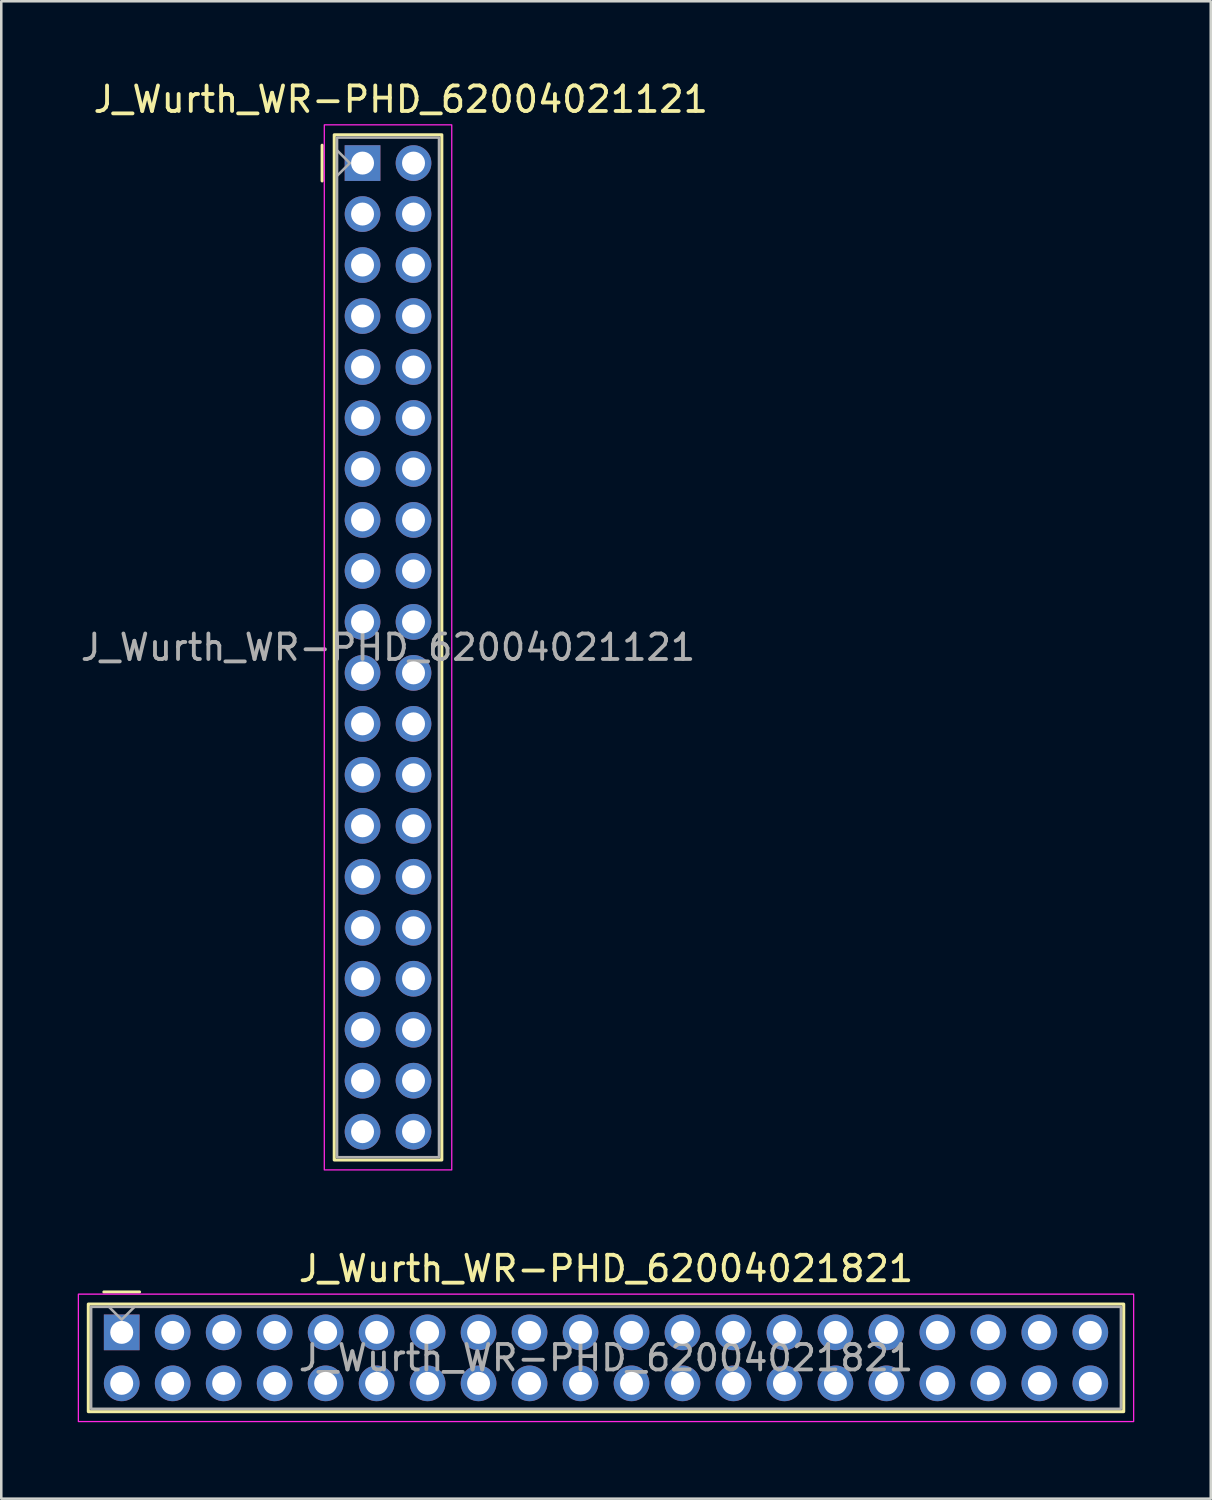
<source format=kicad_pcb>
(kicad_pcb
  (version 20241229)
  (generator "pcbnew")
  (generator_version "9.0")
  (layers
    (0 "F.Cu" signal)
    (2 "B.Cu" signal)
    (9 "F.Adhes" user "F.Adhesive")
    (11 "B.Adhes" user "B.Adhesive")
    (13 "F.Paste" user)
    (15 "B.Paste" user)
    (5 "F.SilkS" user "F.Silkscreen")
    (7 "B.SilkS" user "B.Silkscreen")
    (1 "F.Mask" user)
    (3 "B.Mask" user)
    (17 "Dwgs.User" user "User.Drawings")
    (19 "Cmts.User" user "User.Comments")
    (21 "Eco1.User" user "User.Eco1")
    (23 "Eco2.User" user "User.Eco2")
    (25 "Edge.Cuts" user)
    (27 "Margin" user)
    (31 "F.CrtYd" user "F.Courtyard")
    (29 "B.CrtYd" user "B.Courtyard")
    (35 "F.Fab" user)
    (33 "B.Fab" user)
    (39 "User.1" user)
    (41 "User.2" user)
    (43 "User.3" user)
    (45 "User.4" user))
  (footprint "J_Wurth_WR-PHD_62004021821"
    (layer "F.Cu")
    (at 1.725 49.221)
    (property "Reference" "J_Wurth_WR-PHD_62004021821" (at 19 -2.5 0) (unlocked yes) (layer "F.SilkS") (effects (font (size 1 1) (thickness 0.15))))
    (attr through_hole)
    (fp_line (start 0.7 -1.585) (end -0.7 -1.585) (stroke (width 0.12) (type solid)) (layer "F.SilkS"))
    (fp_rect (start -1.31 -1.11) (end 39.31 3.11) (stroke (width 0.12) (type solid)) (fill no) (layer "F.SilkS"))
    (fp_rect (start -1.7 -1.5) (end 39.7 3.5) (stroke (width 0.05) (type solid)) (fill no) (layer "F.CrtYd"))
    (fp_line (start 0 -0.5) (end -0.5 -1) (stroke (width 0.1) (type default)) (layer "F.Fab"))
    (fp_line (start 0.5 -1) (end 0 -0.5) (stroke (width 0.1) (type default)) (layer "F.Fab"))
    (fp_rect (start -1.2 -1) (end 39.2 3) (stroke (width 0.1) (type solid)) (fill no) (layer "F.Fab"))
    (fp_text user "${REFERENCE}" (at 19 1 0) (unlocked yes) (layer "F.Fab") (effects (font (size 1 1) (thickness 0.15))))
    (pad "1" thru_hole rect (at 0 0 180) (size 1.4 1.4) (drill 0.9) (layers "*.Cu" "*.Mask"))
    (pad "2" thru_hole circle (at 0 2 180) (size 1.4 1.4) (drill 0.9) (layers "*.Cu" "*.Mask"))
    (pad "3" thru_hole circle (at 2 0 180) (size 1.4 1.4) (drill 0.9) (layers "*.Cu" "*.Mask"))
    (pad "4" thru_hole circle (at 2 2 180) (size 1.4 1.4) (drill 0.9) (layers "*.Cu" "*.Mask"))
    (pad "5" thru_hole circle (at 4 0 180) (size 1.4 1.4) (drill 0.9) (layers "*.Cu" "*.Mask"))
    (pad "6" thru_hole circle (at 4 2 180) (size 1.4 1.4) (drill 0.9) (layers "*.Cu" "*.Mask"))
    (pad "7" thru_hole circle (at 6 0 180) (size 1.4 1.4) (drill 0.9) (layers "*.Cu" "*.Mask"))
    (pad "8" thru_hole circle (at 6 2 180) (size 1.4 1.4) (drill 0.9) (layers "*.Cu" "*.Mask"))
    (pad "9" thru_hole circle (at 8 0 180) (size 1.4 1.4) (drill 0.9) (layers "*.Cu" "*.Mask"))
    (pad "10" thru_hole circle (at 8 2 180) (size 1.4 1.4) (drill 0.9) (layers "*.Cu" "*.Mask"))
    (pad "11" thru_hole circle (at 10 0 180) (size 1.4 1.4) (drill 0.9) (layers "*.Cu" "*.Mask"))
    (pad "12" thru_hole circle (at 10 2 180) (size 1.4 1.4) (drill 0.9) (layers "*.Cu" "*.Mask"))
    (pad "13" thru_hole circle (at 12 0 180) (size 1.4 1.4) (drill 0.9) (layers "*.Cu" "*.Mask"))
    (pad "14" thru_hole circle (at 12 2 180) (size 1.4 1.4) (drill 0.9) (layers "*.Cu" "*.Mask"))
    (pad "15" thru_hole circle (at 14 0 180) (size 1.4 1.4) (drill 0.9) (layers "*.Cu" "*.Mask"))
    (pad "16" thru_hole circle (at 14 2 180) (size 1.4 1.4) (drill 0.9) (layers "*.Cu" "*.Mask"))
    (pad "17" thru_hole circle (at 16 0 180) (size 1.4 1.4) (drill 0.9) (layers "*.Cu" "*.Mask"))
    (pad "18" thru_hole circle (at 16 2 180) (size 1.4 1.4) (drill 0.9) (layers "*.Cu" "*.Mask"))
    (pad "19" thru_hole circle (at 18 0 180) (size 1.4 1.4) (drill 0.9) (layers "*.Cu" "*.Mask"))
    (pad "20" thru_hole circle (at 18 2 180) (size 1.4 1.4) (drill 0.9) (layers "*.Cu" "*.Mask"))
    (pad "21" thru_hole circle (at 20 0 180) (size 1.4 1.4) (drill 0.9) (layers "*.Cu" "*.Mask"))
    (pad "22" thru_hole circle (at 20 2 180) (size 1.4 1.4) (drill 0.9) (layers "*.Cu" "*.Mask"))
    (pad "23" thru_hole circle (at 22 0 180) (size 1.4 1.4) (drill 0.9) (layers "*.Cu" "*.Mask"))
    (pad "24" thru_hole circle (at 22 2 180) (size 1.4 1.4) (drill 0.9) (layers "*.Cu" "*.Mask"))
    (pad "25" thru_hole circle (at 24 0 180) (size 1.4 1.4) (drill 0.9) (layers "*.Cu" "*.Mask"))
    (pad "26" thru_hole circle (at 24 2 180) (size 1.4 1.4) (drill 0.9) (layers "*.Cu" "*.Mask"))
    (pad "27" thru_hole circle (at 26 0 180) (size 1.4 1.4) (drill 0.9) (layers "*.Cu" "*.Mask"))
    (pad "28" thru_hole circle (at 26 2 180) (size 1.4 1.4) (drill 0.9) (layers "*.Cu" "*.Mask"))
    (pad "29" thru_hole circle (at 28 0 180) (size 1.4 1.4) (drill 0.9) (layers "*.Cu" "*.Mask"))
    (pad "30" thru_hole circle (at 28 2 180) (size 1.4 1.4) (drill 0.9) (layers "*.Cu" "*.Mask"))
    (pad "31" thru_hole circle (at 30 0 180) (size 1.4 1.4) (drill 0.9) (layers "*.Cu" "*.Mask"))
    (pad "32" thru_hole circle (at 30 2 180) (size 1.4 1.4) (drill 0.9) (layers "*.Cu" "*.Mask"))
    (pad "33" thru_hole circle (at 32 0 180) (size 1.4 1.4) (drill 0.9) (layers "*.Cu" "*.Mask"))
    (pad "34" thru_hole circle (at 32 2 180) (size 1.4 1.4) (drill 0.9) (layers "*.Cu" "*.Mask"))
    (pad "35" thru_hole circle (at 34 0 180) (size 1.4 1.4) (drill 0.9) (layers "*.Cu" "*.Mask"))
    (pad "36" thru_hole circle (at 34 2 180) (size 1.4 1.4) (drill 0.9) (layers "*.Cu" "*.Mask"))
    (pad "37" thru_hole circle (at 36 0 180) (size 1.4 1.4) (drill 0.9) (layers "*.Cu" "*.Mask"))
    (pad "38" thru_hole circle (at 36 2 180) (size 1.4 1.4) (drill 0.9) (layers "*.Cu" "*.Mask"))
    (pad "39" thru_hole circle (at 38 0 180) (size 1.4 1.4) (drill 0.9) (layers "*.Cu" "*.Mask"))
    (pad "40" thru_hole circle (at 38 2 180) (size 1.4 1.4) (drill 0.9) (layers "*.Cu" "*.Mask")))
  (footprint "J_Wurth_WR-PHD_62004021121"
    (layer "F.Cu")
    (at 11.173 3.348)
    (property "Reference" "J_Wurth_WR-PHD_62004021121" (at 1.5 -2.5 0) (unlocked yes) (layer "F.SilkS") (effects (font (size 1 1) (thickness 0.15))))
    (attr through_hole)
    (fp_line (start -1.585 -0.7) (end -1.585 0.7) (stroke (width 0.12) (type solid)) (layer "F.SilkS"))
    (fp_rect (start -1.11 -1.11) (end 3.11 39.11) (stroke (width 0.12) (type solid)) (fill no) (layer "F.SilkS"))
    (fp_rect (start -1.5 -1.5) (end 3.5 39.5) (stroke (width 0.05) (type solid)) (fill no) (layer "F.CrtYd"))
    (fp_line (start -1 -0.5) (end -0.5 0) (stroke (width 0.1) (type default)) (layer "F.Fab"))
    (fp_line (start -0.5 0) (end -1 0.5) (stroke (width 0.1) (type default)) (layer "F.Fab"))
    (fp_rect (start -1 -1) (end 3 39) (stroke (width 0.1) (type solid)) (fill no) (layer "F.Fab"))
    (fp_text user "${REFERENCE}" (at 1 19 0) (unlocked yes) (layer "F.Fab") (effects (font (size 1 1) (thickness 0.15))))
    (pad "1" thru_hole rect (at 0 0) (size 1.4 1.4) (drill 0.9) (layers "*.Cu" "*.Mask"))
    (pad "2" thru_hole circle (at 2 0) (size 1.4 1.4) (drill 0.9) (layers "*.Cu" "*.Mask"))
    (pad "3" thru_hole circle (at 0 2) (size 1.4 1.4) (drill 0.9) (layers "*.Cu" "*.Mask"))
    (pad "4" thru_hole circle (at 2 2) (size 1.4 1.4) (drill 0.9) (layers "*.Cu" "*.Mask"))
    (pad "5" thru_hole circle (at 0 4) (size 1.4 1.4) (drill 0.9) (layers "*.Cu" "*.Mask"))
    (pad "6" thru_hole circle (at 2 4) (size 1.4 1.4) (drill 0.9) (layers "*.Cu" "*.Mask"))
    (pad "7" thru_hole circle (at 0 6) (size 1.4 1.4) (drill 0.9) (layers "*.Cu" "*.Mask"))
    (pad "8" thru_hole circle (at 2 6) (size 1.4 1.4) (drill 0.9) (layers "*.Cu" "*.Mask"))
    (pad "9" thru_hole circle (at 0 8) (size 1.4 1.4) (drill 0.9) (layers "*.Cu" "*.Mask"))
    (pad "10" thru_hole circle (at 2 8) (size 1.4 1.4) (drill 0.9) (layers "*.Cu" "*.Mask"))
    (pad "11" thru_hole circle (at 0 10) (size 1.4 1.4) (drill 0.9) (layers "*.Cu" "*.Mask"))
    (pad "12" thru_hole circle (at 2 10) (size 1.4 1.4) (drill 0.9) (layers "*.Cu" "*.Mask"))
    (pad "13" thru_hole circle (at 0 12) (size 1.4 1.4) (drill 0.9) (layers "*.Cu" "*.Mask"))
    (pad "14" thru_hole circle (at 2 12) (size 1.4 1.4) (drill 0.9) (layers "*.Cu" "*.Mask"))
    (pad "15" thru_hole circle (at 0 14) (size 1.4 1.4) (drill 0.9) (layers "*.Cu" "*.Mask"))
    (pad "16" thru_hole circle (at 2 14) (size 1.4 1.4) (drill 0.9) (layers "*.Cu" "*.Mask"))
    (pad "17" thru_hole circle (at 0 16) (size 1.4 1.4) (drill 0.9) (layers "*.Cu" "*.Mask"))
    (pad "18" thru_hole circle (at 2 16) (size 1.4 1.4) (drill 0.9) (layers "*.Cu" "*.Mask"))
    (pad "19" thru_hole circle (at 0 18) (size 1.4 1.4) (drill 0.9) (layers "*.Cu" "*.Mask"))
    (pad "20" thru_hole circle (at 2 18) (size 1.4 1.4) (drill 0.9) (layers "*.Cu" "*.Mask"))
    (pad "21" thru_hole circle (at 0 20) (size 1.4 1.4) (drill 0.9) (layers "*.Cu" "*.Mask"))
    (pad "22" thru_hole circle (at 2 20) (size 1.4 1.4) (drill 0.9) (layers "*.Cu" "*.Mask"))
    (pad "23" thru_hole circle (at 0 22) (size 1.4 1.4) (drill 0.9) (layers "*.Cu" "*.Mask"))
    (pad "24" thru_hole circle (at 2 22) (size 1.4 1.4) (drill 0.9) (layers "*.Cu" "*.Mask"))
    (pad "25" thru_hole circle (at 0 24) (size 1.4 1.4) (drill 0.9) (layers "*.Cu" "*.Mask"))
    (pad "26" thru_hole circle (at 2 24) (size 1.4 1.4) (drill 0.9) (layers "*.Cu" "*.Mask"))
    (pad "27" thru_hole circle (at 0 26) (size 1.4 1.4) (drill 0.9) (layers "*.Cu" "*.Mask"))
    (pad "28" thru_hole circle (at 2 26) (size 1.4 1.4) (drill 0.9) (layers "*.Cu" "*.Mask"))
    (pad "29" thru_hole circle (at 0 28) (size 1.4 1.4) (drill 0.9) (layers "*.Cu" "*.Mask"))
    (pad "30" thru_hole circle (at 2 28) (size 1.4 1.4) (drill 0.9) (layers "*.Cu" "*.Mask"))
    (pad "31" thru_hole circle (at 0 30) (size 1.4 1.4) (drill 0.9) (layers "*.Cu" "*.Mask"))
    (pad "32" thru_hole circle (at 2 30) (size 1.4 1.4) (drill 0.9) (layers "*.Cu" "*.Mask"))
    (pad "33" thru_hole circle (at 0 32) (size 1.4 1.4) (drill 0.9) (layers "*.Cu" "*.Mask"))
    (pad "34" thru_hole circle (at 2 32) (size 1.4 1.4) (drill 0.9) (layers "*.Cu" "*.Mask"))
    (pad "35" thru_hole circle (at 0 34) (size 1.4 1.4) (drill 0.9) (layers "*.Cu" "*.Mask"))
    (pad "36" thru_hole circle (at 2 34) (size 1.4 1.4) (drill 0.9) (layers "*.Cu" "*.Mask"))
    (pad "37" thru_hole circle (at 0 36) (size 1.4 1.4) (drill 0.9) (layers "*.Cu" "*.Mask"))
    (pad "38" thru_hole circle (at 2 36) (size 1.4 1.4) (drill 0.9) (layers "*.Cu" "*.Mask"))
    (pad "39" thru_hole circle (at 0 38) (size 1.4 1.4) (drill 0.9) (layers "*.Cu" "*.Mask"))
    (pad "40" thru_hole circle (at 2 38) (size 1.4 1.4) (drill 0.9) (layers "*.Cu" "*.Mask")))
  (gr_rect
    (start -3 -3)
    (end 44.45 55.746)
    (stroke (width 0.1) (type default))
    (fill no)
    (layer "Edge.Cuts")))
</source>
